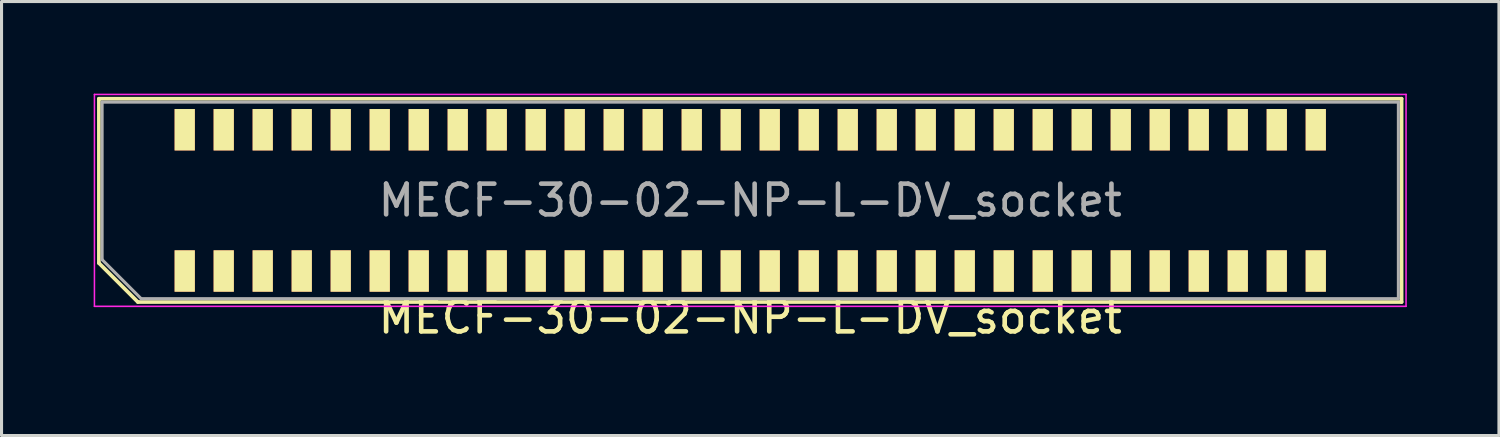
<source format=kicad_pcb>
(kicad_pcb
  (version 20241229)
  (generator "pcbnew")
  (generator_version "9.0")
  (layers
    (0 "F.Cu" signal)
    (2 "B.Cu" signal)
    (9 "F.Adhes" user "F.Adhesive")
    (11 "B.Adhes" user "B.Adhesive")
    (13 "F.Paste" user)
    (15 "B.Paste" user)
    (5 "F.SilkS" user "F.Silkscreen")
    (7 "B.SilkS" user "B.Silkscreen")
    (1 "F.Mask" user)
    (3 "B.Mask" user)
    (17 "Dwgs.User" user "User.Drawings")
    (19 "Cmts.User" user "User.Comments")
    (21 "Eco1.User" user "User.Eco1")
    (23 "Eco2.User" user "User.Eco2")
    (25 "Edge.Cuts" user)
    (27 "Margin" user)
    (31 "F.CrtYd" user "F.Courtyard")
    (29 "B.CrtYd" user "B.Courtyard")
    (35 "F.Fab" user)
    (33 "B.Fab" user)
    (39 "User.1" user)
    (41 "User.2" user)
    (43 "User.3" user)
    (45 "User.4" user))
  (footprint "MECF-30-02-NP-L-DV_socket"
    (layer "F.Cu")
    (at 21.38 3.475)
    (property "Reference" "MECF-30-02-NP-L-DV_socket" (at 0 3.81 0) (layer "F.SilkS") (effects (font (size 1 1) (thickness 0.15))))
    (attr smd)
    (fp_line (start -21.21 -3.31) (end 21.21 -3.31) (stroke (width 0.12) (type solid)) (layer "F.SilkS"))
    (fp_line (start -21.21 2.04) (end -21.21 -3.31) (stroke (width 0.12) (type solid)) (layer "F.SilkS"))
    (fp_line (start -19.94 3.31) (end -21.21 2.04) (stroke (width 0.12) (type solid)) (layer "F.SilkS"))
    (fp_line (start -19.94 3.31) (end 21.21 3.31) (stroke (width 0.12) (type solid)) (layer "F.SilkS"))
    (fp_line (start 21.21 3.31) (end 21.21 -3.31) (stroke (width 0.12) (type solid)) (layer "F.SilkS"))
    (fp_line (start -21.355 -3.45) (end -21.355 3.45) (stroke (width 0.05) (type solid)) (layer "F.CrtYd"))
    (fp_line (start -21.355 3.45) (end 21.355 3.45) (stroke (width 0.05) (type solid)) (layer "F.CrtYd"))
    (fp_line (start 21.355 -3.45) (end -21.355 -3.45) (stroke (width 0.05) (type solid)) (layer "F.CrtYd"))
    (fp_line (start 21.355 3.45) (end 21.355 -3.45) (stroke (width 0.05) (type solid)) (layer "F.CrtYd"))
    (fp_line (start -21.105 -3.2) (end 21.105 -3.2) (stroke (width 0.1) (type solid)) (layer "F.Fab"))
    (fp_line (start -21.105 1.93) (end -21.105 -3.2) (stroke (width 0.1) (type solid)) (layer "F.Fab"))
    (fp_line (start -21.105 1.93) (end -19.835 3.2) (stroke (width 0.1) (type solid)) (layer "F.Fab"))
    (fp_line (start -19.835 3.2) (end 21.105 3.2) (stroke (width 0.1) (type solid)) (layer "F.Fab"))
    (fp_line (start 21.105 3.2) (end 21.105 -3.2) (stroke (width 0.1) (type solid)) (layer "F.Fab"))
    (fp_text user "${REFERENCE}" (at 0 0 0) (layer "F.Fab") (effects (font (size 1 1) (thickness 0.15))))
    (pad "" np_thru_hole circle (at -20.195 0) (size 0.001 0.001) (drill 1.45) (layers "*.Cu" "*.Mask" "F.SilkS"))
    (pad "" np_thru_hole circle (at 20.195 1) (size 0.001 0.001) (drill 1.45) (layers "*.Cu" "*.Mask" "F.SilkS"))
    (pad "1" smd rect (at -18.415 2.3) (size 0.66 1.35) (layers "F.Cu" "F.Mask" "F.SilkS"))
    (pad "2" smd rect (at -18.415 -2.3) (size 0.66 1.35) (layers "F.Cu" "F.Mask" "F.SilkS"))
    (pad "3" smd rect (at -17.145 2.3) (size 0.66 1.35) (layers "F.Cu" "F.Mask" "F.SilkS"))
    (pad "4" smd rect (at -17.145 -2.3) (size 0.66 1.35) (layers "F.Cu" "F.Mask" "F.SilkS"))
    (pad "5" smd rect (at -15.875 2.3) (size 0.66 1.35) (layers "F.Cu" "F.Mask" "F.SilkS"))
    (pad "6" smd rect (at -15.875 -2.3) (size 0.66 1.35) (layers "F.Cu" "F.Mask" "F.SilkS"))
    (pad "7" smd rect (at -14.605 2.3) (size 0.66 1.35) (layers "F.Cu" "F.Mask" "F.SilkS"))
    (pad "8" smd rect (at -14.605 -2.3) (size 0.66 1.35) (layers "F.Cu" "F.Mask" "F.SilkS"))
    (pad "9" smd rect (at -13.335 2.3) (size 0.66 1.35) (layers "F.Cu" "F.Mask" "F.SilkS"))
    (pad "10" smd rect (at -13.335 -2.3) (size 0.66 1.35) (layers "F.Cu" "F.Mask" "F.SilkS"))
    (pad "11" smd rect (at -12.065 2.3) (size 0.66 1.35) (layers "F.Cu" "F.Mask" "F.SilkS"))
    (pad "12" smd rect (at -12.065 -2.3) (size 0.66 1.35) (layers "F.Cu" "F.Mask" "F.SilkS"))
    (pad "13" smd rect (at -10.795 2.3) (size 0.66 1.35) (layers "F.Cu" "F.Mask" "F.SilkS"))
    (pad "14" smd rect (at -10.795 -2.3) (size 0.66 1.35) (layers "F.Cu" "F.Mask" "F.SilkS"))
    (pad "15" smd rect (at -9.525 2.3) (size 0.66 1.35) (layers "F.Cu" "F.Mask" "F.SilkS"))
    (pad "16" smd rect (at -9.525 -2.3) (size 0.66 1.35) (layers "F.Cu" "F.Mask" "F.SilkS"))
    (pad "17" smd rect (at -8.255 2.3) (size 0.66 1.35) (layers "F.Cu" "F.Mask" "F.SilkS"))
    (pad "18" smd rect (at -8.255 -2.3) (size 0.66 1.35) (layers "F.Cu" "F.Mask" "F.SilkS"))
    (pad "19" smd rect (at -6.985 2.3) (size 0.66 1.35) (layers "F.Cu" "F.Mask" "F.SilkS"))
    (pad "20" smd rect (at -6.985 -2.3) (size 0.66 1.35) (layers "F.Cu" "F.Mask" "F.SilkS"))
    (pad "21" smd rect (at -5.715 2.3) (size 0.66 1.35) (layers "F.Cu" "F.Mask" "F.SilkS"))
    (pad "22" smd rect (at -5.715 -2.3) (size 0.66 1.35) (layers "F.Cu" "F.Mask" "F.SilkS"))
    (pad "23" smd rect (at -4.445 2.3) (size 0.66 1.35) (layers "F.Cu" "F.Mask" "F.SilkS"))
    (pad "24" smd rect (at -4.445 -2.3) (size 0.66 1.35) (layers "F.Cu" "F.Mask" "F.SilkS"))
    (pad "25" smd rect (at -3.175 2.3) (size 0.66 1.35) (layers "F.Cu" "F.Mask" "F.SilkS"))
    (pad "26" smd rect (at -3.175 -2.3) (size 0.66 1.35) (layers "F.Cu" "F.Mask" "F.SilkS"))
    (pad "27" smd rect (at -1.905 2.3) (size 0.66 1.35) (layers "F.Cu" "F.Mask" "F.SilkS"))
    (pad "28" smd rect (at -1.905 -2.3) (size 0.66 1.35) (layers "F.Cu" "F.Mask" "F.SilkS"))
    (pad "29" smd rect (at -0.635 2.3) (size 0.66 1.35) (layers "F.Cu" "F.Mask" "F.SilkS"))
    (pad "30" smd rect (at -0.635 -2.3) (size 0.66 1.35) (layers "F.Cu" "F.Mask" "F.SilkS"))
    (pad "31" smd rect (at 0.635 2.3) (size 0.66 1.35) (layers "F.Cu" "F.Mask" "F.SilkS"))
    (pad "32" smd rect (at 0.635 -2.3) (size 0.66 1.35) (layers "F.Cu" "F.Mask" "F.SilkS"))
    (pad "33" smd rect (at 1.905 2.3) (size 0.66 1.35) (layers "F.Cu" "F.Mask" "F.SilkS"))
    (pad "34" smd rect (at 1.905 -2.3) (size 0.66 1.35) (layers "F.Cu" "F.Mask" "F.SilkS"))
    (pad "35" smd rect (at 3.175 2.3) (size 0.66 1.35) (layers "F.Cu" "F.Mask" "F.SilkS"))
    (pad "36" smd rect (at 3.175 -2.3) (size 0.66 1.35) (layers "F.Cu" "F.Mask" "F.SilkS"))
    (pad "37" smd rect (at 4.445 2.3) (size 0.66 1.35) (layers "F.Cu" "F.Mask" "F.SilkS"))
    (pad "38" smd rect (at 4.445 -2.3) (size 0.66 1.35) (layers "F.Cu" "F.Mask" "F.SilkS"))
    (pad "39" smd rect (at 5.715 2.3) (size 0.66 1.35) (layers "F.Cu" "F.Mask" "F.SilkS"))
    (pad "40" smd rect (at 5.715 -2.3) (size 0.66 1.35) (layers "F.Cu" "F.Mask" "F.SilkS"))
    (pad "41" smd rect (at 6.985 2.3) (size 0.66 1.35) (layers "F.Cu" "F.Mask" "F.SilkS"))
    (pad "42" smd rect (at 6.985 -2.3) (size 0.66 1.35) (layers "F.Cu" "F.Mask" "F.SilkS"))
    (pad "43" smd rect (at 8.255 2.3) (size 0.66 1.35) (layers "F.Cu" "F.Mask" "F.SilkS"))
    (pad "44" smd rect (at 8.255 -2.3) (size 0.66 1.35) (layers "F.Cu" "F.Mask" "F.SilkS"))
    (pad "45" smd rect (at 9.525 2.3) (size 0.66 1.35) (layers "F.Cu" "F.Mask" "F.SilkS"))
    (pad "46" smd rect (at 9.525 -2.3) (size 0.66 1.35) (layers "F.Cu" "F.Mask" "F.SilkS"))
    (pad "47" smd rect (at 10.795 2.3) (size 0.66 1.35) (layers "F.Cu" "F.Mask" "F.SilkS"))
    (pad "48" smd rect (at 10.795 -2.3) (size 0.66 1.35) (layers "F.Cu" "F.Mask" "F.SilkS"))
    (pad "49" smd rect (at 12.065 2.3) (size 0.66 1.35) (layers "F.Cu" "F.Mask" "F.SilkS"))
    (pad "50" smd rect (at 12.065 -2.3) (size 0.66 1.35) (layers "F.Cu" "F.Mask" "F.SilkS"))
    (pad "51" smd rect (at 13.335 2.3) (size 0.66 1.35) (layers "F.Cu" "F.Mask" "F.SilkS"))
    (pad "52" smd rect (at 13.335 -2.3) (size 0.66 1.35) (layers "F.Cu" "F.Mask" "F.SilkS"))
    (pad "53" smd rect (at 14.605 2.3) (size 0.66 1.35) (layers "F.Cu" "F.Mask" "F.SilkS"))
    (pad "54" smd rect (at 14.605 -2.3) (size 0.66 1.35) (layers "F.Cu" "F.Mask" "F.SilkS"))
    (pad "55" smd rect (at 15.875 2.3) (size 0.66 1.35) (layers "F.Cu" "F.Mask" "F.SilkS"))
    (pad "56" smd rect (at 15.875 -2.3) (size 0.66 1.35) (layers "F.Cu" "F.Mask" "F.SilkS"))
    (pad "57" smd rect (at 17.145 2.3) (size 0.66 1.35) (layers "F.Cu" "F.Mask" "F.SilkS"))
    (pad "58" smd rect (at 17.145 -2.3) (size 0.66 1.35) (layers "F.Cu" "F.Mask" "F.SilkS"))
    (pad "59" smd rect (at 18.415 2.3) (size 0.66 1.35) (layers "F.Cu" "F.Mask" "F.SilkS"))
    (pad "60" smd rect (at 18.415 -2.3) (size 0.66 1.35) (layers "F.Cu" "F.Mask" "F.SilkS")))
  (gr_rect
    (start -3 -3)
    (end 45.76 11.133)
    (stroke (width 0.1) (type default))
    (fill no)
    (layer "Edge.Cuts")))
</source>
